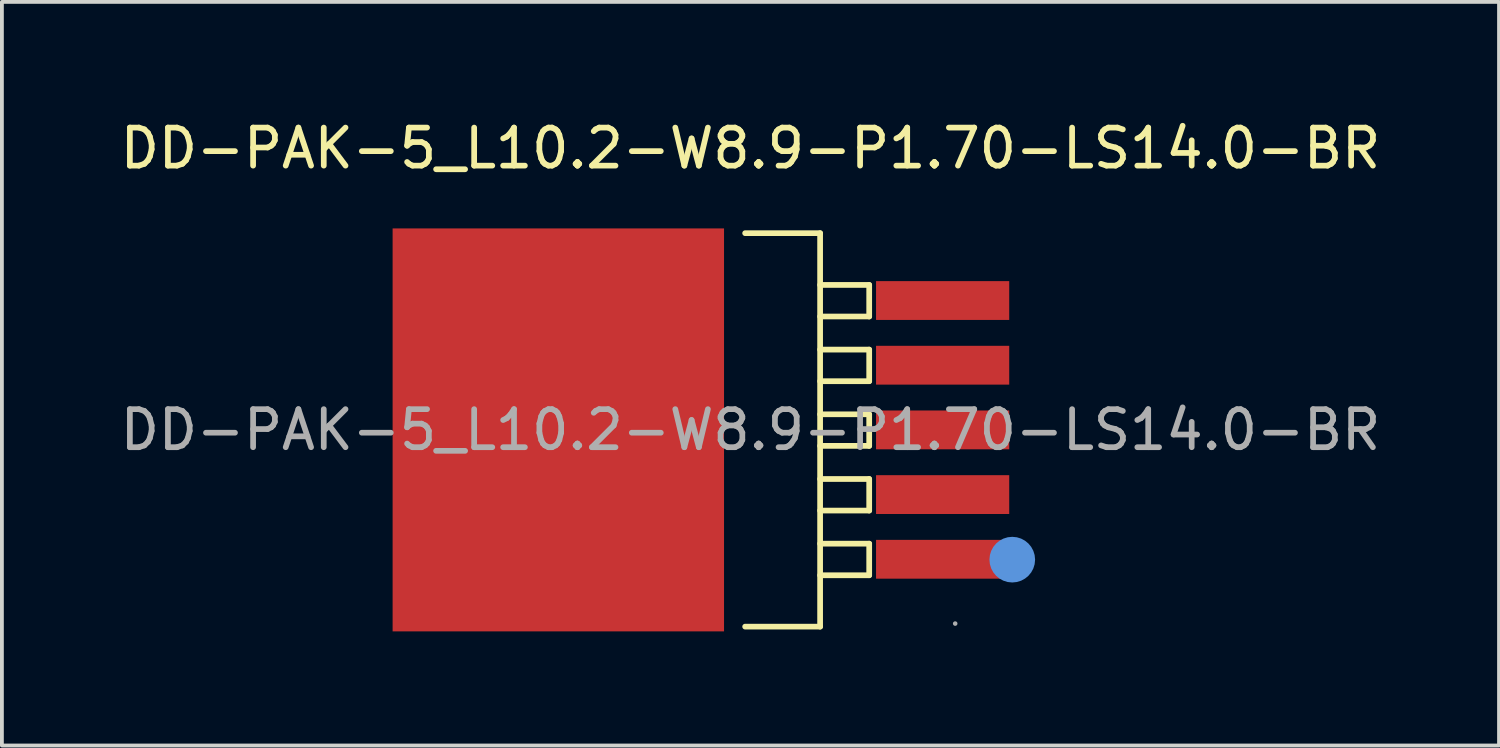
<source format=kicad_pcb>
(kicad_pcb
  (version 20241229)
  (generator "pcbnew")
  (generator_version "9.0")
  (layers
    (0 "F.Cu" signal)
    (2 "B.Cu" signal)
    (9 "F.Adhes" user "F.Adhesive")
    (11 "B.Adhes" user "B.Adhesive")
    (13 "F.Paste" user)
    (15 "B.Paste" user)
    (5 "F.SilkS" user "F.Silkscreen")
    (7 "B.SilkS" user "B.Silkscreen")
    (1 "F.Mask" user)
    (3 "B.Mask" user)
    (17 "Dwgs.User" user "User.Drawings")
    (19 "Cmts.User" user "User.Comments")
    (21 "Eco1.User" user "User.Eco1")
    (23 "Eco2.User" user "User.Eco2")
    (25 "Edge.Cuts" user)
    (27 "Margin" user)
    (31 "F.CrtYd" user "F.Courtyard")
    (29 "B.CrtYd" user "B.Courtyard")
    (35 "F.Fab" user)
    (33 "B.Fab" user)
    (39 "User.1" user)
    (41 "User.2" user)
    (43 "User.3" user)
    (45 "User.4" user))
  (footprint "DD-PAK-5_L10.2-W8.9-P1.70-LS14.0-BR"
    (layer "F.Cu")
    (at 16.673 8.248)
    (property "Reference" "DD-PAK-5_L10.2-W8.9-P1.70-LS14.0-BR" (at 0 -7.4 0) (layer "F.SilkS") (effects (font (size 1 1) (thickness 0.15))))
    (attr smd)
    (fp_line (start -0.14 -5.17) (end 1.83 -5.17) (stroke (width 0.15) (type solid)) (layer "F.SilkS"))
    (fp_line (start -0.14 5.17) (end 1.83 5.17) (stroke (width 0.15) (type solid)) (layer "F.SilkS"))
    (fp_line (start 1.83 -3.81) (end 3.12 -3.81) (stroke (width 0.15) (type solid)) (layer "F.SilkS"))
    (fp_line (start 1.83 -2.11) (end 3.12 -2.11) (stroke (width 0.15) (type solid)) (layer "F.SilkS"))
    (fp_line (start 1.83 -0.41) (end 3.12 -0.41) (stroke (width 0.15) (type solid)) (layer "F.SilkS"))
    (fp_line (start 1.83 1.29) (end 3.12 1.29) (stroke (width 0.15) (type solid)) (layer "F.SilkS"))
    (fp_line (start 1.83 2.99) (end 3.12 2.99) (stroke (width 0.15) (type solid)) (layer "F.SilkS"))
    (fp_line (start 1.83 5.17) (end 1.83 -5.17) (stroke (width 0.15) (type solid)) (layer "F.SilkS"))
    (fp_line (start 3.12 -3.81) (end 3.12 -2.98) (stroke (width 0.15) (type solid)) (layer "F.SilkS"))
    (fp_line (start 3.12 -2.98) (end 1.83 -2.98) (stroke (width 0.15) (type solid)) (layer "F.SilkS"))
    (fp_line (start 3.12 -2.11) (end 3.12 -1.28) (stroke (width 0.15) (type solid)) (layer "F.SilkS"))
    (fp_line (start 3.12 -1.28) (end 1.83 -1.28) (stroke (width 0.15) (type solid)) (layer "F.SilkS"))
    (fp_line (start 3.12 -0.41) (end 3.12 0.42) (stroke (width 0.15) (type solid)) (layer "F.SilkS"))
    (fp_line (start 3.12 0.42) (end 1.83 0.42) (stroke (width 0.15) (type solid)) (layer "F.SilkS"))
    (fp_line (start 3.12 1.29) (end 3.12 2.12) (stroke (width 0.15) (type solid)) (layer "F.SilkS"))
    (fp_line (start 3.12 2.12) (end 1.83 2.12) (stroke (width 0.15) (type solid)) (layer "F.SilkS"))
    (fp_line (start 3.12 2.99) (end 3.12 3.82) (stroke (width 0.15) (type solid)) (layer "F.SilkS"))
    (fp_line (start 3.12 3.82) (end 1.83 3.82) (stroke (width 0.15) (type solid)) (layer "F.SilkS"))
    (fp_circle (center 6.88 3.41) (end 7.18 3.41) (stroke (width 0.6) (type solid)) (fill no) (layer "Cmts.User"))
    (fp_circle (center 5.38 5.09) (end 5.41 5.09) (stroke (width 0.06) (type solid)) (fill no) (layer "F.Fab"))
    (fp_text user "${REFERENCE}" (at 0 0 0) (layer "F.Fab") (effects (font (size 1 1) (thickness 0.15))))
    (pad "1" smd rect (at 5.05 3.4) (size 3.5 1.02) (layers "F.Cu" "F.Mask" "F.Paste"))
    (pad "2" smd rect (at 5.05 1.7) (size 3.5 1.02) (layers "F.Cu" "F.Mask" "F.Paste"))
    (pad "3" smd rect (at 5.05 0) (size 3.5 1.02) (layers "F.Cu" "F.Mask" "F.Paste"))
    (pad "4" smd rect (at 5.05 -1.7) (size 3.5 1.02) (layers "F.Cu" "F.Mask" "F.Paste"))
    (pad "5" smd rect (at 5.05 -3.4) (size 3.5 1.02) (layers "F.Cu" "F.Mask" "F.Paste"))
    (pad "6" smd rect (at -5.05 0 180) (size 8.71 10.59) (layers "F.Cu" "F.Mask" "F.Paste")))
  (gr_rect
    (start -3 -3)
    (end 36.345 16.543)
    (stroke (width 0.1) (type default))
    (fill no)
    (layer "Edge.Cuts")))
</source>
